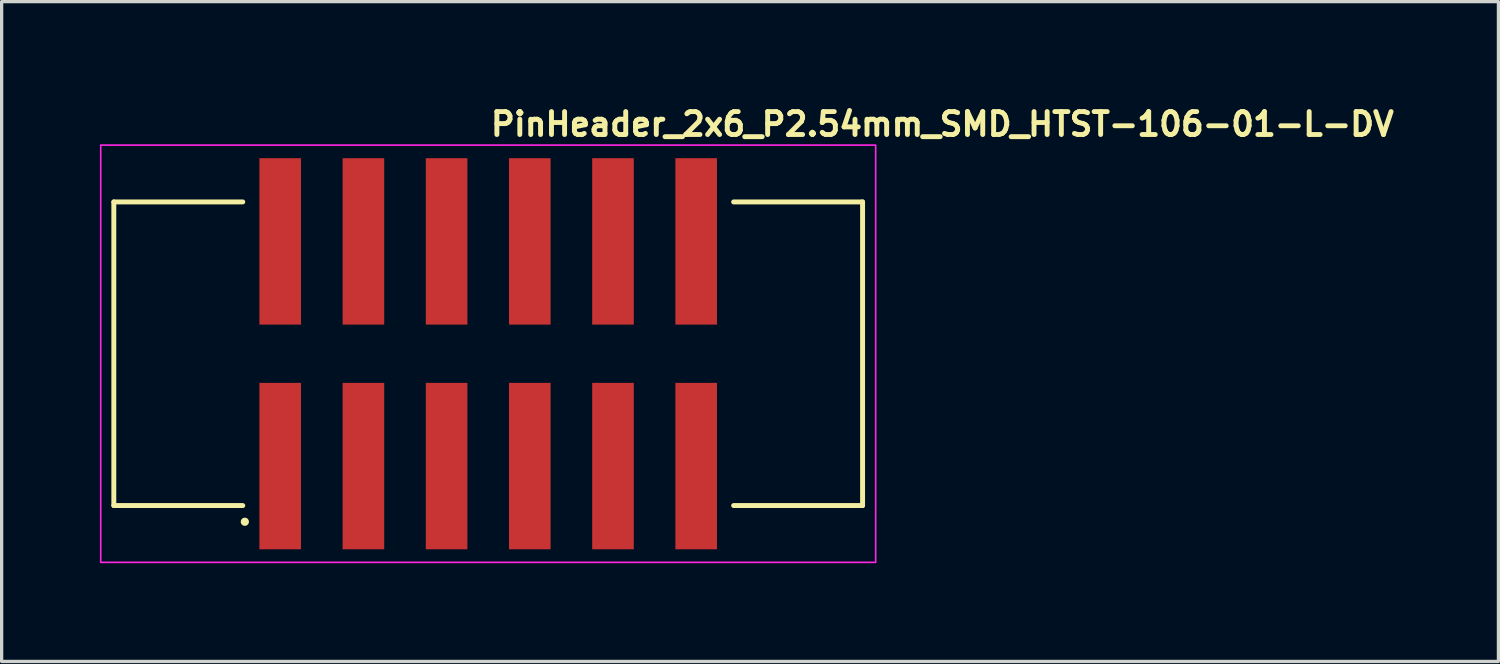
<source format=kicad_pcb>
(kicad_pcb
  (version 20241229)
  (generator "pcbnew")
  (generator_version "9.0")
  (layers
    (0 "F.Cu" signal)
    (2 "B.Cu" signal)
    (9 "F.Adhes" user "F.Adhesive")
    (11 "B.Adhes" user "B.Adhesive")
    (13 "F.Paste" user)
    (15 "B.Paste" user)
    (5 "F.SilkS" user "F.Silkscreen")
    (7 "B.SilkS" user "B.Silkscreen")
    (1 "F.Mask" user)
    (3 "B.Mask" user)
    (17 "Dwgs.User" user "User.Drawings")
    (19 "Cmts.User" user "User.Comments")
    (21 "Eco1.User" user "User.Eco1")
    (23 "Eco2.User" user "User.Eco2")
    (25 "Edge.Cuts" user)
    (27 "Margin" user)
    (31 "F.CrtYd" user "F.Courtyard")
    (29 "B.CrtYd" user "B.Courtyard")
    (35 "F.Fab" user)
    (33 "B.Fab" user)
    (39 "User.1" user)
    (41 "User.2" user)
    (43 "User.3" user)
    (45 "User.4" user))
  (footprint "PinHeader_2x6_P2.54mm_SMD_HTST-106-01-L-DV"
    (layer "F.Cu")
    (at 11.855 7.75)
    (property "Reference" "PinHeader_2x6_P2.54mm_SMD_HTST-106-01-L-DV" (at 0 -6.6 0) (unlocked yes) (layer "F.SilkS") (effects (font (size 0.7 0.7) (thickness 0.15)) (justify left bottom)))
    (attr smd)
    (fp_line (start -11.43 4.635) (end -11.43 -4.635) (stroke (width 0.15) (type solid)) (layer "F.SilkS"))
    (fp_line (start -7.493 -4.635) (end -11.43 -4.635) (stroke (width 0.15) (type solid)) (layer "F.SilkS"))
    (fp_line (start -7.493 4.635) (end -11.43 4.635) (stroke (width 0.15) (type solid)) (layer "F.SilkS"))
    (fp_line (start 11.43 -4.635) (end 7.493 -4.635) (stroke (width 0.15) (type solid)) (layer "F.SilkS"))
    (fp_line (start 11.43 4.635) (end 7.493 4.635) (stroke (width 0.15) (type solid)) (layer "F.SilkS"))
    (fp_line (start 11.43 4.635) (end 11.43 -4.635) (stroke (width 0.15) (type solid)) (layer "F.SilkS"))
    (fp_circle (center -7.43 5.13) (end -7.38 5.13) (stroke (width 0.15) (type solid)) (fill yes) (layer "F.SilkS"))
    (fp_rect (start -11.83 -6.37) (end 11.83 6.37) (stroke (width 0.05) (type solid)) (fill no) (layer "F.CrtYd"))
    (fp_rect (start -11.43 -5.588) (end 11.43 5.588) (stroke (width 0.1) (type solid)) (fill no) (layer "User.5"))
    (fp_line (start -11.43 -4.826) (end -11.43 4.445) (stroke (width 0.02) (type solid)) (layer "User.9"))
    (fp_line (start -10.605 -3.62) (end -10.605 3.62) (stroke (width 0.02) (type solid)) (layer "User.9"))
    (fp_line (start -10.605 -3.62) (end -10.16 -3.175) (stroke (width 0.02) (type solid)) (layer "User.9"))
    (fp_line (start -10.605 3.62) (end -10.16 3.175) (stroke (width 0.02) (type solid)) (layer "User.9"))
    (fp_line (start -10.605 3.62) (end -2.54 3.62) (stroke (width 0.02) (type solid)) (layer "User.9"))
    (fp_line (start -10.16 -4.826) (end -11.43 -4.826) (stroke (width 0.02) (type solid)) (layer "User.9"))
    (fp_line (start -10.16 -4.445) (end -10.16 -4.826) (stroke (width 0.02) (type solid)) (layer "User.9"))
    (fp_line (start -10.16 -3.175) (end -10.16 3.175) (stroke (width 0.02) (type solid)) (layer "User.9"))
    (fp_line (start -10.16 3.175) (end -2.54 3.175) (stroke (width 0.02) (type solid)) (layer "User.9"))
    (fp_line (start -6.985 4.191) (end -6.985 4.445) (stroke (width 0.02) (type solid)) (layer "User.9"))
    (fp_line (start -6.985 4.191) (end -6.985 4.445) (stroke (width 0.02) (type solid)) (layer "User.9"))
    (fp_line (start -6.985 4.445) (end -11.43 4.445) (stroke (width 0.02) (type solid)) (layer "User.9"))
    (fp_line (start -6.96 4.445) (end -6.985 4.445) (stroke (width 0.02) (type solid)) (layer "User.9"))
    (fp_line (start -6.96 4.445) (end -6.96 4.216) (stroke (width 0.02) (type solid)) (layer "User.9"))
    (fp_line (start -6.668 -5.588) (end -6.668 -5.429) (stroke (width 0.02) (type solid)) (layer "User.9"))
    (fp_line (start -6.668 -5.429) (end -6.668 -4.445) (stroke (width 0.02) (type solid)) (layer "User.9"))
    (fp_line (start -6.668 -1.587) (end -6.668 -1.429) (stroke (width 0.02) (type solid)) (layer "User.9"))
    (fp_line (start -6.668 -1.429) (end -6.668 -1.111) (stroke (width 0.02) (type solid)) (layer "User.9"))
    (fp_line (start -6.668 -1.111) (end -6.668 -0.952) (stroke (width 0.02) (type solid)) (layer "User.9"))
    (fp_line (start -6.668 0.952) (end -6.668 1.111) (stroke (width 0.02) (type solid)) (layer "User.9"))
    (fp_line (start -6.668 1.111) (end -6.668 1.429) (stroke (width 0.02) (type solid)) (layer "User.9"))
    (fp_line (start -6.668 1.429) (end -6.668 1.587) (stroke (width 0.02) (type solid)) (layer "User.9"))
    (fp_line (start -6.668 4.445) (end -6.668 5.429) (stroke (width 0.02) (type solid)) (layer "User.9"))
    (fp_line (start -6.668 5.429) (end -6.668 5.588) (stroke (width 0.02) (type solid)) (layer "User.9"))
    (fp_line (start -6.35 4.445) (end -6.96 4.445) (stroke (width 0.02) (type solid)) (layer "User.9"))
    (fp_line (start -6.35 4.445) (end -6.35 4.216) (stroke (width 0.02) (type solid)) (layer "User.9"))
    (fp_line (start -6.032 -5.588) (end -6.668 -5.588) (stroke (width 0.02) (type solid)) (layer "User.9"))
    (fp_line (start -6.032 -5.588) (end -6.032 -5.429) (stroke (width 0.02) (type solid)) (layer "User.9"))
    (fp_line (start -6.032 -5.429) (end -6.668 -5.429) (stroke (width 0.02) (type solid)) (layer "User.9"))
    (fp_line (start -6.032 -5.429) (end -6.032 -4.445) (stroke (width 0.02) (type solid)) (layer "User.9"))
    (fp_line (start -6.032 -1.587) (end -6.668 -1.587) (stroke (width 0.02) (type solid)) (layer "User.9"))
    (fp_line (start -6.032 -1.587) (end -6.032 -1.429) (stroke (width 0.02) (type solid)) (layer "User.9"))
    (fp_line (start -6.032 -1.429) (end -6.668 -1.429) (stroke (width 0.02) (type solid)) (layer "User.9"))
    (fp_line (start -6.032 -1.429) (end -6.032 -1.111) (stroke (width 0.02) (type solid)) (layer "User.9"))
    (fp_line (start -6.032 -1.111) (end -6.668 -1.111) (stroke (width 0.02) (type solid)) (layer "User.9"))
    (fp_line (start -6.032 -1.111) (end -6.032 -0.952) (stroke (width 0.02) (type solid)) (layer "User.9"))
    (fp_line (start -6.032 -0.952) (end -6.668 -0.952) (stroke (width 0.02) (type solid)) (layer "User.9"))
    (fp_line (start -6.032 0.952) (end -6.668 0.952) (stroke (width 0.02) (type solid)) (layer "User.9"))
    (fp_line (start -6.032 0.952) (end -6.032 1.111) (stroke (width 0.02) (type solid)) (layer "User.9"))
    (fp_line (start -6.032 1.111) (end -6.668 1.111) (stroke (width 0.02) (type solid)) (layer "User.9"))
    (fp_line (start -6.032 1.111) (end -6.032 1.429) (stroke (width 0.02) (type solid)) (layer "User.9"))
    (fp_line (start -6.032 1.429) (end -6.668 1.429) (stroke (width 0.02) (type solid)) (layer "User.9"))
    (fp_line (start -6.032 1.429) (end -6.032 1.587) (stroke (width 0.02) (type solid)) (layer "User.9"))
    (fp_line (start -6.032 1.587) (end -6.668 1.587) (stroke (width 0.02) (type solid)) (layer "User.9"))
    (fp_line (start -6.032 4.445) (end -6.032 5.429) (stroke (width 0.02) (type solid)) (layer "User.9"))
    (fp_line (start -6.032 5.429) (end -6.668 5.429) (stroke (width 0.02) (type solid)) (layer "User.9"))
    (fp_line (start -6.032 5.429) (end -6.032 5.588) (stroke (width 0.02) (type solid)) (layer "User.9"))
    (fp_line (start -6.032 5.588) (end -6.668 5.588) (stroke (width 0.02) (type solid)) (layer "User.9"))
    (fp_line (start -5.74 4.216) (end -6.96 4.216) (stroke (width 0.02) (type solid)) (layer "User.9"))
    (fp_line (start -5.74 4.445) (end -6.35 4.445) (stroke (width 0.02) (type solid)) (layer "User.9"))
    (fp_line (start -5.74 4.445) (end -5.74 4.216) (stroke (width 0.02) (type solid)) (layer "User.9"))
    (fp_line (start -5.715 4.191) (end -6.985 4.191) (stroke (width 0.02) (type solid)) (layer "User.9"))
    (fp_line (start -5.715 4.191) (end -6.985 4.191) (stroke (width 0.02) (type solid)) (layer "User.9"))
    (fp_line (start -5.715 4.191) (end -5.715 4.445) (stroke (width 0.02) (type solid)) (layer "User.9"))
    (fp_line (start -5.715 4.191) (end -5.715 4.445) (stroke (width 0.02) (type solid)) (layer "User.9"))
    (fp_line (start -5.715 4.445) (end -5.74 4.445) (stroke (width 0.02) (type solid)) (layer "User.9"))
    (fp_line (start -4.128 -5.429) (end -4.128 -5.588) (stroke (width 0.02) (type solid)) (layer "User.9"))
    (fp_line (start -4.128 -4.445) (end -4.128 -5.429) (stroke (width 0.02) (type solid)) (layer "User.9"))
    (fp_line (start -4.128 -1.429) (end -4.128 -1.587) (stroke (width 0.02) (type solid)) (layer "User.9"))
    (fp_line (start -4.128 -1.111) (end -4.128 -1.429) (stroke (width 0.02) (type solid)) (layer "User.9"))
    (fp_line (start -4.128 -0.952) (end -4.128 -1.111) (stroke (width 0.02) (type solid)) (layer "User.9"))
    (fp_line (start -4.128 1.111) (end -4.128 0.952) (stroke (width 0.02) (type solid)) (layer "User.9"))
    (fp_line (start -4.128 1.429) (end -4.128 1.111) (stroke (width 0.02) (type solid)) (layer "User.9"))
    (fp_line (start -4.128 1.587) (end -4.128 1.429) (stroke (width 0.02) (type solid)) (layer "User.9"))
    (fp_line (start -4.128 5.429) (end -4.128 4.445) (stroke (width 0.02) (type solid)) (layer "User.9"))
    (fp_line (start -4.128 5.588) (end -4.128 5.429) (stroke (width 0.02) (type solid)) (layer "User.9"))
    (fp_line (start -3.492 -5.588) (end -4.128 -5.588) (stroke (width 0.02) (type solid)) (layer "User.9"))
    (fp_line (start -3.492 -5.588) (end -3.492 -5.429) (stroke (width 0.02) (type solid)) (layer "User.9"))
    (fp_line (start -3.492 -5.429) (end -4.128 -5.429) (stroke (width 0.02) (type solid)) (layer "User.9"))
    (fp_line (start -3.492 -5.429) (end -3.492 -4.445) (stroke (width 0.02) (type solid)) (layer "User.9"))
    (fp_line (start -3.492 -1.587) (end -4.128 -1.587) (stroke (width 0.02) (type solid)) (layer "User.9"))
    (fp_line (start -3.492 -1.587) (end -3.492 -1.429) (stroke (width 0.02) (type solid)) (layer "User.9"))
    (fp_line (start -3.492 -1.429) (end -4.128 -1.429) (stroke (width 0.02) (type solid)) (layer "User.9"))
    (fp_line (start -3.492 -1.429) (end -3.492 -1.111) (stroke (width 0.02) (type solid)) (layer "User.9"))
    (fp_line (start -3.492 -1.111) (end -4.128 -1.111) (stroke (width 0.02) (type solid)) (layer "User.9"))
    (fp_line (start -3.492 -1.111) (end -3.492 -0.952) (stroke (width 0.02) (type solid)) (layer "User.9"))
    (fp_line (start -3.492 -0.952) (end -4.128 -0.952) (stroke (width 0.02) (type solid)) (layer "User.9"))
    (fp_line (start -3.492 0.952) (end -4.128 0.952) (stroke (width 0.02) (type solid)) (layer "User.9"))
    (fp_line (start -3.492 0.952) (end -3.492 1.111) (stroke (width 0.02) (type solid)) (layer "User.9"))
    (fp_line (start -3.492 1.111) (end -4.128 1.111) (stroke (width 0.02) (type solid)) (layer "User.9"))
    (fp_line (start -3.492 1.111) (end -3.492 1.429) (stroke (width 0.02) (type solid)) (layer "User.9"))
    (fp_line (start -3.492 1.429) (end -4.128 1.429) (stroke (width 0.02) (type solid)) (layer "User.9"))
    (fp_line (start -3.492 1.429) (end -3.492 1.587) (stroke (width 0.02) (type solid)) (layer "User.9"))
    (fp_line (start -3.492 1.587) (end -4.128 1.587) (stroke (width 0.02) (type solid)) (layer "User.9"))
    (fp_line (start -3.492 4.445) (end -3.492 5.429) (stroke (width 0.02) (type solid)) (layer "User.9"))
    (fp_line (start -3.492 5.429) (end -4.128 5.429) (stroke (width 0.02) (type solid)) (layer "User.9"))
    (fp_line (start -3.492 5.429) (end -3.492 5.588) (stroke (width 0.02) (type solid)) (layer "User.9"))
    (fp_line (start -3.492 5.588) (end -4.128 5.588) (stroke (width 0.02) (type solid)) (layer "User.9"))
    (fp_line (start -2.54 3.175) (end -2.54 3.62) (stroke (width 0.02) (type solid)) (layer "User.9"))
    (fp_line (start -2.54 3.175) (end 2.54 3.175) (stroke (width 0.02) (type solid)) (layer "User.9"))
    (fp_line (start -2.54 4.445) (end -5.715 4.445) (stroke (width 0.02) (type solid)) (layer "User.9"))
    (fp_line (start -2.54 4.445) (end -2.54 3.62) (stroke (width 0.02) (type solid)) (layer "User.9"))
    (fp_line (start -2.54 4.445) (end 2.54 4.445) (stroke (width 0.02) (type solid)) (layer "User.9"))
    (fp_line (start -1.587 -5.429) (end -1.587 -5.588) (stroke (width 0.02) (type solid)) (layer "User.9"))
    (fp_line (start -1.587 -4.445) (end -1.587 -5.429) (stroke (width 0.02) (type solid)) (layer "User.9"))
    (fp_line (start -1.587 -1.429) (end -1.587 -1.587) (stroke (width 0.02) (type solid)) (layer "User.9"))
    (fp_line (start -1.587 -1.111) (end -1.587 -1.429) (stroke (width 0.02) (type solid)) (layer "User.9"))
    (fp_line (start -1.587 -0.952) (end -1.587 -1.111) (stroke (width 0.02) (type solid)) (layer "User.9"))
    (fp_line (start -1.587 1.111) (end -1.587 0.952) (stroke (width 0.02) (type solid)) (layer "User.9"))
    (fp_line (start -1.587 1.429) (end -1.587 1.111) (stroke (width 0.02) (type solid)) (layer "User.9"))
    (fp_line (start -1.587 1.587) (end -1.587 1.429) (stroke (width 0.02) (type solid)) (layer "User.9"))
    (fp_line (start -1.587 5.429) (end -1.587 4.445) (stroke (width 0.02) (type solid)) (layer "User.9"))
    (fp_line (start -1.587 5.588) (end -1.587 5.429) (stroke (width 0.02) (type solid)) (layer "User.9"))
    (fp_line (start -1.27 -4.826) (end -1.27 -4.445) (stroke (width 0.02) (type solid)) (layer "User.9"))
    (fp_line (start -1.27 -4.445) (end -10.16 -4.445) (stroke (width 0.02) (type solid)) (layer "User.9"))
    (fp_line (start -0.952 -5.588) (end -1.587 -5.588) (stroke (width 0.02) (type solid)) (layer "User.9"))
    (fp_line (start -0.952 -5.588) (end -0.952 -5.429) (stroke (width 0.02) (type solid)) (layer "User.9"))
    (fp_line (start -0.952 -5.429) (end -1.587 -5.429) (stroke (width 0.02) (type solid)) (layer "User.9"))
    (fp_line (start -0.952 -5.429) (end -0.952 -4.826) (stroke (width 0.02) (type solid)) (layer "User.9"))
    (fp_line (start -0.952 -1.587) (end -1.587 -1.587) (stroke (width 0.02) (type solid)) (layer "User.9"))
    (fp_line (start -0.952 -1.587) (end -0.952 -1.429) (stroke (width 0.02) (type solid)) (layer "User.9"))
    (fp_line (start -0.952 -1.429) (end -1.587 -1.429) (stroke (width 0.02) (type solid)) (layer "User.9"))
    (fp_line (start -0.952 -1.429) (end -0.952 -1.111) (stroke (width 0.02) (type solid)) (layer "User.9"))
    (fp_line (start -0.952 -1.111) (end -1.587 -1.111) (stroke (width 0.02) (type solid)) (layer "User.9"))
    (fp_line (start -0.952 -1.111) (end -0.952 -0.952) (stroke (width 0.02) (type solid)) (layer "User.9"))
    (fp_line (start -0.952 -0.952) (end -1.587 -0.952) (stroke (width 0.02) (type solid)) (layer "User.9"))
    (fp_line (start -0.952 0.952) (end -1.587 0.952) (stroke (width 0.02) (type solid)) (layer "User.9"))
    (fp_line (start -0.952 0.952) (end -0.952 1.111) (stroke (width 0.02) (type solid)) (layer "User.9"))
    (fp_line (start -0.952 1.111) (end -1.587 1.111) (stroke (width 0.02) (type solid)) (layer "User.9"))
    (fp_line (start -0.952 1.111) (end -0.952 1.429) (stroke (width 0.02) (type solid)) (layer "User.9"))
    (fp_line (start -0.952 1.429) (end -1.587 1.429) (stroke (width 0.02) (type solid)) (layer "User.9"))
    (fp_line (start -0.952 1.429) (end -0.952 1.587) (stroke (width 0.02) (type solid)) (layer "User.9"))
    (fp_line (start -0.952 1.587) (end -1.587 1.587) (stroke (width 0.02) (type solid)) (layer "User.9"))
    (fp_line (start -0.952 4.445) (end -0.952 5.429) (stroke (width 0.02) (type solid)) (layer "User.9"))
    (fp_line (start -0.952 5.429) (end -1.587 5.429) (stroke (width 0.02) (type solid)) (layer "User.9"))
    (fp_line (start -0.952 5.429) (end -0.952 5.588) (stroke (width 0.02) (type solid)) (layer "User.9"))
    (fp_line (start -0.952 5.588) (end -1.587 5.588) (stroke (width 0.02) (type solid)) (layer "User.9"))
    (fp_line (start 0.952 -5.429) (end 0.952 -5.588) (stroke (width 0.02) (type solid)) (layer "User.9"))
    (fp_line (start 0.952 -4.826) (end 0.952 -5.429) (stroke (width 0.02) (type solid)) (layer "User.9"))
    (fp_line (start 0.952 -1.429) (end 0.952 -1.587) (stroke (width 0.02) (type solid)) (layer "User.9"))
    (fp_line (start 0.952 -1.111) (end 0.952 -1.429) (stroke (width 0.02) (type solid)) (layer "User.9"))
    (fp_line (start 0.952 -0.952) (end 0.952 -1.111) (stroke (width 0.02) (type solid)) (layer "User.9"))
    (fp_line (start 0.952 1.111) (end 0.952 0.952) (stroke (width 0.02) (type solid)) (layer "User.9"))
    (fp_line (start 0.952 1.429) (end 0.952 1.111) (stroke (width 0.02) (type solid)) (layer "User.9"))
    (fp_line (start 0.952 1.587) (end 0.952 1.429) (stroke (width 0.02) (type solid)) (layer "User.9"))
    (fp_line (start 0.952 5.429) (end 0.952 4.445) (stroke (width 0.02) (type solid)) (layer "User.9"))
    (fp_line (start 0.952 5.588) (end 0.952 5.429) (stroke (width 0.02) (type solid)) (layer "User.9"))
    (fp_line (start 1.27 -4.826) (end -1.27 -4.826) (stroke (width 0.02) (type solid)) (layer "User.9"))
    (fp_line (start 1.27 -4.445) (end 1.27 -4.826) (stroke (width 0.02) (type solid)) (layer "User.9"))
    (fp_line (start 1.587 -5.588) (end 0.952 -5.588) (stroke (width 0.02) (type solid)) (layer "User.9"))
    (fp_line (start 1.587 -5.588) (end 1.587 -5.429) (stroke (width 0.02) (type solid)) (layer "User.9"))
    (fp_line (start 1.587 -5.429) (end 0.952 -5.429) (stroke (width 0.02) (type solid)) (layer "User.9"))
    (fp_line (start 1.587 -5.429) (end 1.587 -4.445) (stroke (width 0.02) (type solid)) (layer "User.9"))
    (fp_line (start 1.587 -1.587) (end 0.952 -1.587) (stroke (width 0.02) (type solid)) (layer "User.9"))
    (fp_line (start 1.587 -1.587) (end 1.587 -1.429) (stroke (width 0.02) (type solid)) (layer "User.9"))
    (fp_line (start 1.587 -1.429) (end 0.952 -1.429) (stroke (width 0.02) (type solid)) (layer "User.9"))
    (fp_line (start 1.587 -1.429) (end 1.587 -1.111) (stroke (width 0.02) (type solid)) (layer "User.9"))
    (fp_line (start 1.587 -1.111) (end 0.952 -1.111) (stroke (width 0.02) (type solid)) (layer "User.9"))
    (fp_line (start 1.587 -1.111) (end 1.587 -0.952) (stroke (width 0.02) (type solid)) (layer "User.9"))
    (fp_line (start 1.587 -0.952) (end 0.952 -0.952) (stroke (width 0.02) (type solid)) (layer "User.9"))
    (fp_line (start 1.587 0.952) (end 0.952 0.952) (stroke (width 0.02) (type solid)) (layer "User.9"))
    (fp_line (start 1.587 0.952) (end 1.587 1.111) (stroke (width 0.02) (type solid)) (layer "User.9"))
    (fp_line (start 1.587 1.111) (end 0.952 1.111) (stroke (width 0.02) (type solid)) (layer "User.9"))
    (fp_line (start 1.587 1.111) (end 1.587 1.429) (stroke (width 0.02) (type solid)) (layer "User.9"))
    (fp_line (start 1.587 1.429) (end 0.952 1.429) (stroke (width 0.02) (type solid)) (layer "User.9"))
    (fp_line (start 1.587 1.429) (end 1.587 1.587) (stroke (width 0.02) (type solid)) (layer "User.9"))
    (fp_line (start 1.587 1.587) (end 0.952 1.587) (stroke (width 0.02) (type solid)) (layer "User.9"))
    (fp_line (start 1.587 4.445) (end 1.587 5.429) (stroke (width 0.02) (type solid)) (layer "User.9"))
    (fp_line (start 1.587 5.429) (end 0.952 5.429) (stroke (width 0.02) (type solid)) (layer "User.9"))
    (fp_line (start 1.587 5.429) (end 1.587 5.588) (stroke (width 0.02) (type solid)) (layer "User.9"))
    (fp_line (start 1.587 5.588) (end 0.952 5.588) (stroke (width 0.02) (type solid)) (layer "User.9"))
    (fp_line (start 2.54 3.175) (end 10.16 3.175) (stroke (width 0.02) (type solid)) (layer "User.9"))
    (fp_line (start 2.54 3.62) (end 2.54 3.175) (stroke (width 0.02) (type solid)) (layer "User.9"))
    (fp_line (start 2.54 3.62) (end 2.54 4.445) (stroke (width 0.02) (type solid)) (layer "User.9"))
    (fp_line (start 2.54 3.62) (end 10.605 3.62) (stroke (width 0.02) (type solid)) (layer "User.9"))
    (fp_line (start 3.492 -5.429) (end 3.492 -5.588) (stroke (width 0.02) (type solid)) (layer "User.9"))
    (fp_line (start 3.492 -4.445) (end 3.492 -5.429) (stroke (width 0.02) (type solid)) (layer "User.9"))
    (fp_line (start 3.492 -1.429) (end 3.492 -1.587) (stroke (width 0.02) (type solid)) (layer "User.9"))
    (fp_line (start 3.492 -1.111) (end 3.492 -1.429) (stroke (width 0.02) (type solid)) (layer "User.9"))
    (fp_line (start 3.492 -0.952) (end 3.492 -1.111) (stroke (width 0.02) (type solid)) (layer "User.9"))
    (fp_line (start 3.492 1.111) (end 3.492 0.952) (stroke (width 0.02) (type solid)) (layer "User.9"))
    (fp_line (start 3.492 1.429) (end 3.492 1.111) (stroke (width 0.02) (type solid)) (layer "User.9"))
    (fp_line (start 3.492 1.587) (end 3.492 1.429) (stroke (width 0.02) (type solid)) (layer "User.9"))
    (fp_line (start 3.492 5.429) (end 3.492 4.445) (stroke (width 0.02) (type solid)) (layer "User.9"))
    (fp_line (start 3.492 5.588) (end 3.492 5.429) (stroke (width 0.02) (type solid)) (layer "User.9"))
    (fp_line (start 4.128 -5.588) (end 3.492 -5.588) (stroke (width 0.02) (type solid)) (layer "User.9"))
    (fp_line (start 4.128 -5.588) (end 4.128 -5.429) (stroke (width 0.02) (type solid)) (layer "User.9"))
    (fp_line (start 4.128 -5.429) (end 3.492 -5.429) (stroke (width 0.02) (type solid)) (layer "User.9"))
    (fp_line (start 4.128 -5.429) (end 4.128 -4.445) (stroke (width 0.02) (type solid)) (layer "User.9"))
    (fp_line (start 4.128 -1.587) (end 3.492 -1.587) (stroke (width 0.02) (type solid)) (layer "User.9"))
    (fp_line (start 4.128 -1.587) (end 4.128 -1.429) (stroke (width 0.02) (type solid)) (layer "User.9"))
    (fp_line (start 4.128 -1.429) (end 3.492 -1.429) (stroke (width 0.02) (type solid)) (layer "User.9"))
    (fp_line (start 4.128 -1.429) (end 4.128 -1.111) (stroke (width 0.02) (type solid)) (layer "User.9"))
    (fp_line (start 4.128 -1.111) (end 3.492 -1.111) (stroke (width 0.02) (type solid)) (layer "User.9"))
    (fp_line (start 4.128 -1.111) (end 4.128 -0.952) (stroke (width 0.02) (type solid)) (layer "User.9"))
    (fp_line (start 4.128 -0.952) (end 3.492 -0.952) (stroke (width 0.02) (type solid)) (layer "User.9"))
    (fp_line (start 4.128 0.952) (end 3.492 0.952) (stroke (width 0.02) (type solid)) (layer "User.9"))
    (fp_line (start 4.128 0.952) (end 4.128 1.111) (stroke (width 0.02) (type solid)) (layer "User.9"))
    (fp_line (start 4.128 1.111) (end 3.492 1.111) (stroke (width 0.02) (type solid)) (layer "User.9"))
    (fp_line (start 4.128 1.111) (end 4.128 1.429) (stroke (width 0.02) (type solid)) (layer "User.9"))
    (fp_line (start 4.128 1.429) (end 3.492 1.429) (stroke (width 0.02) (type solid)) (layer "User.9"))
    (fp_line (start 4.128 1.429) (end 4.128 1.587) (stroke (width 0.02) (type solid)) (layer "User.9"))
    (fp_line (start 4.128 1.587) (end 3.492 1.587) (stroke (width 0.02) (type solid)) (layer "User.9"))
    (fp_line (start 4.128 4.445) (end 4.128 5.429) (stroke (width 0.02) (type solid)) (layer "User.9"))
    (fp_line (start 4.128 5.429) (end 3.492 5.429) (stroke (width 0.02) (type solid)) (layer "User.9"))
    (fp_line (start 4.128 5.429) (end 4.128 5.588) (stroke (width 0.02) (type solid)) (layer "User.9"))
    (fp_line (start 4.128 5.588) (end 3.492 5.588) (stroke (width 0.02) (type solid)) (layer "User.9"))
    (fp_line (start 6.032 -5.429) (end 6.032 -5.588) (stroke (width 0.02) (type solid)) (layer "User.9"))
    (fp_line (start 6.032 -4.445) (end 6.032 -5.429) (stroke (width 0.02) (type solid)) (layer "User.9"))
    (fp_line (start 6.032 -1.429) (end 6.032 -1.587) (stroke (width 0.02) (type solid)) (layer "User.9"))
    (fp_line (start 6.032 -1.111) (end 6.032 -1.429) (stroke (width 0.02) (type solid)) (layer "User.9"))
    (fp_line (start 6.032 -0.952) (end 6.032 -1.111) (stroke (width 0.02) (type solid)) (layer "User.9"))
    (fp_line (start 6.032 1.111) (end 6.032 0.952) (stroke (width 0.02) (type solid)) (layer "User.9"))
    (fp_line (start 6.032 1.429) (end 6.032 1.111) (stroke (width 0.02) (type solid)) (layer "User.9"))
    (fp_line (start 6.032 1.587) (end 6.032 1.429) (stroke (width 0.02) (type solid)) (layer "User.9"))
    (fp_line (start 6.032 5.429) (end 6.032 4.445) (stroke (width 0.02) (type solid)) (layer "User.9"))
    (fp_line (start 6.032 5.588) (end 6.032 5.429) (stroke (width 0.02) (type solid)) (layer "User.9"))
    (fp_line (start 6.668 -5.588) (end 6.032 -5.588) (stroke (width 0.02) (type solid)) (layer "User.9"))
    (fp_line (start 6.668 -5.588) (end 6.668 -5.429) (stroke (width 0.02) (type solid)) (layer "User.9"))
    (fp_line (start 6.668 -5.429) (end 6.032 -5.429) (stroke (width 0.02) (type solid)) (layer "User.9"))
    (fp_line (start 6.668 -5.429) (end 6.668 -4.445) (stroke (width 0.02) (type solid)) (layer "User.9"))
    (fp_line (start 6.668 -1.587) (end 6.032 -1.587) (stroke (width 0.02) (type solid)) (layer "User.9"))
    (fp_line (start 6.668 -1.587) (end 6.668 -1.429) (stroke (width 0.02) (type solid)) (layer "User.9"))
    (fp_line (start 6.668 -1.429) (end 6.032 -1.429) (stroke (width 0.02) (type solid)) (layer "User.9"))
    (fp_line (start 6.668 -1.429) (end 6.668 -1.111) (stroke (width 0.02) (type solid)) (layer "User.9"))
    (fp_line (start 6.668 -1.111) (end 6.032 -1.111) (stroke (width 0.02) (type solid)) (layer "User.9"))
    (fp_line (start 6.668 -1.111) (end 6.668 -0.952) (stroke (width 0.02) (type solid)) (layer "User.9"))
    (fp_line (start 6.668 -0.952) (end 6.032 -0.952) (stroke (width 0.02) (type solid)) (layer "User.9"))
    (fp_line (start 6.668 0.952) (end 6.032 0.952) (stroke (width 0.02) (type solid)) (layer "User.9"))
    (fp_line (start 6.668 0.952) (end 6.668 1.111) (stroke (width 0.02) (type solid)) (layer "User.9"))
    (fp_line (start 6.668 1.111) (end 6.032 1.111) (stroke (width 0.02) (type solid)) (layer "User.9"))
    (fp_line (start 6.668 1.111) (end 6.668 1.429) (stroke (width 0.02) (type solid)) (layer "User.9"))
    (fp_line (start 6.668 1.429) (end 6.032 1.429) (stroke (width 0.02) (type solid)) (layer "User.9"))
    (fp_line (start 6.668 1.429) (end 6.668 1.587) (stroke (width 0.02) (type solid)) (layer "User.9"))
    (fp_line (start 6.668 1.587) (end 6.032 1.587) (stroke (width 0.02) (type solid)) (layer "User.9"))
    (fp_line (start 6.668 4.445) (end 6.668 5.429) (stroke (width 0.02) (type solid)) (layer "User.9"))
    (fp_line (start 6.668 5.429) (end 6.032 5.429) (stroke (width 0.02) (type solid)) (layer "User.9"))
    (fp_line (start 6.668 5.429) (end 6.668 5.588) (stroke (width 0.02) (type solid)) (layer "User.9"))
    (fp_line (start 6.668 5.588) (end 6.032 5.588) (stroke (width 0.02) (type solid)) (layer "User.9"))
    (fp_line (start 10.16 -4.826) (end 10.16 -4.445) (stroke (width 0.02) (type solid)) (layer "User.9"))
    (fp_line (start 10.16 -4.445) (end 1.27 -4.445) (stroke (width 0.02) (type solid)) (layer "User.9"))
    (fp_line (start 10.16 -3.175) (end -10.16 -3.175) (stroke (width 0.02) (type solid)) (layer "User.9"))
    (fp_line (start 10.16 3.175) (end 10.16 -3.175) (stroke (width 0.02) (type solid)) (layer "User.9"))
    (fp_line (start 10.605 -3.62) (end -10.605 -3.62) (stroke (width 0.02) (type solid)) (layer "User.9"))
    (fp_line (start 10.605 -3.62) (end 10.16 -3.175) (stroke (width 0.02) (type solid)) (layer "User.9"))
    (fp_line (start 10.605 3.62) (end 10.16 3.175) (stroke (width 0.02) (type solid)) (layer "User.9"))
    (fp_line (start 10.605 3.62) (end 10.605 -3.62) (stroke (width 0.02) (type solid)) (layer "User.9"))
    (fp_line (start 11.43 -4.826) (end 10.16 -4.826) (stroke (width 0.02) (type solid)) (layer "User.9"))
    (fp_line (start 11.43 -4.826) (end 11.43 4.445) (stroke (width 0.02) (type solid)) (layer "User.9"))
    (fp_line (start 11.43 4.445) (end 2.54 4.445) (stroke (width 0.02) (type solid)) (layer "User.9"))
    (pad "1" smd rect (at -6.35 3.43) (size 1.27 5.08) (layers "F.Cu" "F.Mask" "F.Paste"))
    (pad "2" smd rect (at -6.35 -3.43) (size 1.27 5.08) (layers "F.Cu" "F.Mask" "F.Paste"))
    (pad "3" smd rect (at -3.81 3.43) (size 1.27 5.08) (layers "F.Cu" "F.Mask" "F.Paste"))
    (pad "4" smd rect (at -3.81 -3.43) (size 1.27 5.08) (layers "F.Cu" "F.Mask" "F.Paste"))
    (pad "5" smd rect (at -1.27 3.43) (size 1.27 5.08) (layers "F.Cu" "F.Mask" "F.Paste"))
    (pad "6" smd rect (at -1.27 -3.43) (size 1.27 5.08) (layers "F.Cu" "F.Mask" "F.Paste"))
    (pad "7" smd rect (at 1.27 3.43) (size 1.27 5.08) (layers "F.Cu" "F.Mask" "F.Paste"))
    (pad "8" smd rect (at 1.27 -3.43) (size 1.27 5.08) (layers "F.Cu" "F.Mask" "F.Paste"))
    (pad "9" smd rect (at 3.81 3.43) (size 1.27 5.08) (layers "F.Cu" "F.Mask" "F.Paste"))
    (pad "10" smd rect (at 3.81 -3.43) (size 1.27 5.08) (layers "F.Cu" "F.Mask" "F.Paste"))
    (pad "11" smd rect (at 6.35 3.43) (size 1.27 5.08) (layers "F.Cu" "F.Mask" "F.Paste"))
    (pad "12" smd rect (at 6.35 -3.43) (size 1.27 5.08) (layers "F.Cu" "F.Mask" "F.Paste")))
  (gr_rect
    (start -3 -3)
    (end 42.698 17.145)
    (stroke (width 0.1) (type default))
    (fill no)
    (layer "Edge.Cuts")))
</source>
